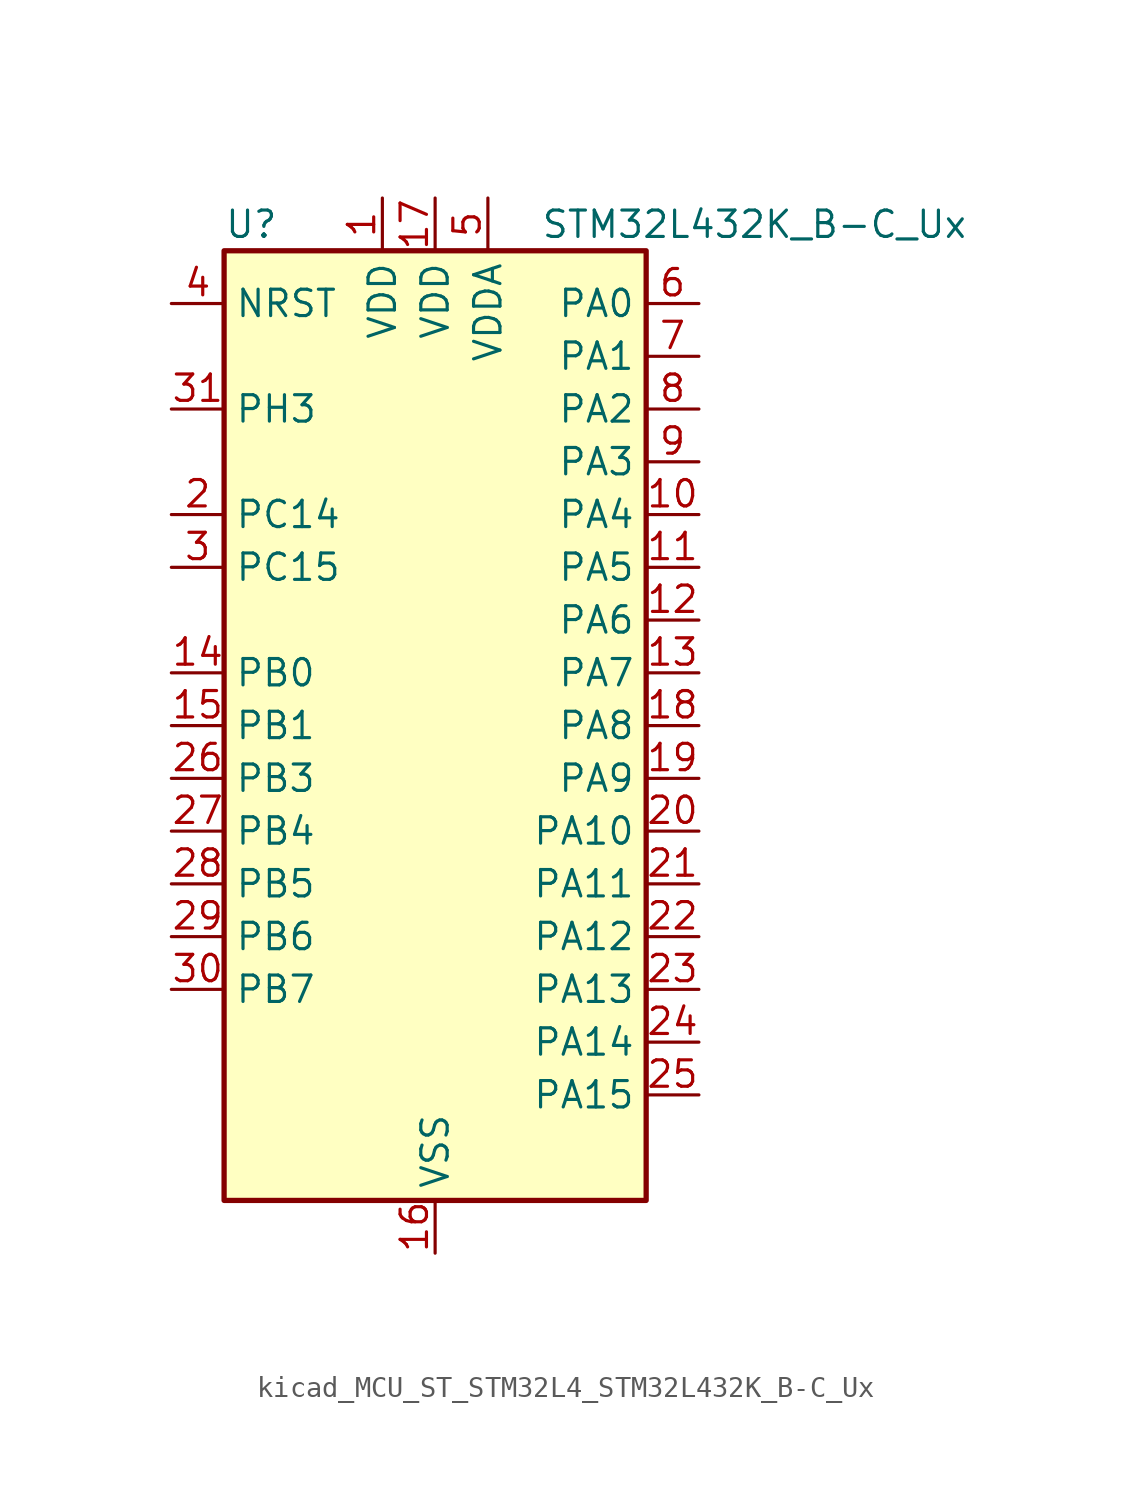
<source format=kicad_sym>
(kicad_symbol_lib
  (version 20220914)
  (generator kicad_symbol_editor)
  (symbol "kicad_MCU_ST_STM32L4_STM32L432K_B-C_Ux"
    (property "Reference" "U"
      (at -10.16 24.13 0)
      (effects (font (size 1.27 1.27)) (justify left)))
    (property "Value" "STM32L432K_B-C_Ux"
      (at 5.08 24.13 0)
      (effects (font (size 1.27 1.27)) (justify left)))
    (property "ki_locked" ""
      (at 0 0 0)
      (effects (font (size 1.27 1.27))))
    (symbol "kicad_MCU_ST_STM32L4_STM32L432K_B-C_Ux_0_1"
      (rectangle (start -10.16 -22.86) (end 10.16 22.86) (stroke (width 0.254) (type default)) (fill (type background))))
    (symbol "kicad_MCU_ST_STM32L4_STM32L432K_B-C_Ux_1_1"
      (pin power_in line (at -2.54 25.4 270) (length 2.54) (name "VDD" (effects (font (size 1.27 1.27)))) (number "1" (effects (font (size 1.27 1.27)))))
      (pin bidirectional line (at 12.7 10.16 180) (length 2.54) (name "PA4" (effects (font (size 1.27 1.27)))) (number "10" (effects (font (size 1.27 1.27)))) (alternate "ADC1_IN9" bidirectional line) (alternate "COMP1_INM" bidirectional line) (alternate "COMP2_INM" bidirectional line) (alternate "DAC1_OUT1" bidirectional line) (alternate "LPTIM2_OUT" bidirectional line) (alternate "SAI1_FS_B" bidirectional line) (alternate "SPI1_NSS" bidirectional line) (alternate "SPI3_NSS" bidirectional line) (alternate "USART2_CK" bidirectional line))
      (pin bidirectional line (at 12.7 7.62 180) (length 2.54) (name "PA5" (effects (font (size 1.27 1.27)))) (number "11" (effects (font (size 1.27 1.27)))) (alternate "ADC1_IN10" bidirectional line) (alternate "COMP1_INM" bidirectional line) (alternate "COMP2_INM" bidirectional line) (alternate "DAC1_OUT2" bidirectional line) (alternate "LPTIM2_ETR" bidirectional line) (alternate "SPI1_SCK" bidirectional line) (alternate "TIM2_CH1" bidirectional line) (alternate "TIM2_ETR" bidirectional line))
      (pin bidirectional line (at 12.7 5.08 180) (length 2.54) (name "PA6" (effects (font (size 1.27 1.27)))) (number "12" (effects (font (size 1.27 1.27)))) (alternate "ADC1_IN11" bidirectional line) (alternate "COMP1_OUT" bidirectional line) (alternate "LPUART1_CTS" bidirectional line) (alternate "QUADSPI_BK1_IO3" bidirectional line) (alternate "SPI1_MISO" bidirectional line) (alternate "TIM16_CH1" bidirectional line) (alternate "TIM1_BKIN" bidirectional line) (alternate "TIM1_BKIN_COMP2" bidirectional line))
      (pin bidirectional line (at 12.7 2.54 180) (length 2.54) (name "PA7" (effects (font (size 1.27 1.27)))) (number "13" (effects (font (size 1.27 1.27)))) (alternate "ADC1_IN12" bidirectional line) (alternate "COMP2_OUT" bidirectional line) (alternate "I2C3_SCL" bidirectional line) (alternate "QUADSPI_BK1_IO2" bidirectional line) (alternate "SPI1_MOSI" bidirectional line) (alternate "TIM1_CH1N" bidirectional line))
      (pin bidirectional line (at -12.7 2.54 0) (length 2.54) (name "PB0" (effects (font (size 1.27 1.27)))) (number "14" (effects (font (size 1.27 1.27)))) (alternate "ADC1_IN15" bidirectional line) (alternate "COMP1_OUT" bidirectional line) (alternate "QUADSPI_BK1_IO1" bidirectional line) (alternate "SAI1_EXTCLK" bidirectional line) (alternate "SPI1_NSS" bidirectional line) (alternate "TIM1_CH2N" bidirectional line))
      (pin bidirectional line (at -12.7 0 0) (length 2.54) (name "PB1" (effects (font (size 1.27 1.27)))) (number "15" (effects (font (size 1.27 1.27)))) (alternate "ADC1_IN16" bidirectional line) (alternate "COMP1_INM" bidirectional line) (alternate "LPTIM2_IN1" bidirectional line) (alternate "LPUART1_DE" bidirectional line) (alternate "LPUART1_RTS" bidirectional line) (alternate "QUADSPI_BK1_IO0" bidirectional line) (alternate "TIM1_CH3N" bidirectional line))
      (pin power_in line (at 0 -25.4 90) (length 2.54) (name "VSS" (effects (font (size 1.27 1.27)))) (number "16" (effects (font (size 1.27 1.27)))))
      (pin power_in line (at 0 25.4 270) (length 2.54) (name "VDD" (effects (font (size 1.27 1.27)))) (number "17" (effects (font (size 1.27 1.27)))))
      (pin bidirectional line (at 12.7 0 180) (length 2.54) (name "PA8" (effects (font (size 1.27 1.27)))) (number "18" (effects (font (size 1.27 1.27)))) (alternate "LPTIM2_OUT" bidirectional line) (alternate "RCC_MCO" bidirectional line) (alternate "SAI1_SCK_A" bidirectional line) (alternate "SWPMI1_IO" bidirectional line) (alternate "TIM1_CH1" bidirectional line) (alternate "USART1_CK" bidirectional line))
      (pin bidirectional line (at 12.7 -2.54 180) (length 2.54) (name "PA9" (effects (font (size 1.27 1.27)))) (number "19" (effects (font (size 1.27 1.27)))) (alternate "DAC1_EXTI9" bidirectional line) (alternate "I2C1_SCL" bidirectional line) (alternate "SAI1_FS_A" bidirectional line) (alternate "TIM15_BKIN" bidirectional line) (alternate "TIM1_CH2" bidirectional line) (alternate "USART1_TX" bidirectional line))
      (pin bidirectional line (at -12.7 10.16 0) (length 2.54) (name "PC14" (effects (font (size 1.27 1.27)))) (number "2" (effects (font (size 1.27 1.27)))) (alternate "RCC_OSC32_IN" bidirectional line))
      (pin bidirectional line (at 12.7 -5.08 180) (length 2.54) (name "PA10" (effects (font (size 1.27 1.27)))) (number "20" (effects (font (size 1.27 1.27)))) (alternate "CRS_SYNC" bidirectional line) (alternate "I2C1_SDA" bidirectional line) (alternate "SAI1_SD_A" bidirectional line) (alternate "TIM1_CH3" bidirectional line) (alternate "USART1_RX" bidirectional line))
      (pin bidirectional line (at 12.7 -7.62 180) (length 2.54) (name "PA11" (effects (font (size 1.27 1.27)))) (number "21" (effects (font (size 1.27 1.27)))) (alternate "ADC1_EXTI11" bidirectional line) (alternate "CAN1_RX" bidirectional line) (alternate "COMP1_OUT" bidirectional line) (alternate "SPI1_MISO" bidirectional line) (alternate "TIM1_BKIN2" bidirectional line) (alternate "TIM1_BKIN2_COMP1" bidirectional line) (alternate "TIM1_CH4" bidirectional line) (alternate "USART1_CTS" bidirectional line) (alternate "USB_DM" bidirectional line))
      (pin bidirectional line (at 12.7 -10.16 180) (length 2.54) (name "PA12" (effects (font (size 1.27 1.27)))) (number "22" (effects (font (size 1.27 1.27)))) (alternate "CAN1_TX" bidirectional line) (alternate "SPI1_MOSI" bidirectional line) (alternate "TIM1_ETR" bidirectional line) (alternate "USART1_DE" bidirectional line) (alternate "USART1_RTS" bidirectional line) (alternate "USB_DP" bidirectional line))
      (pin bidirectional line (at 12.7 -12.7 180) (length 2.54) (name "PA13" (effects (font (size 1.27 1.27)))) (number "23" (effects (font (size 1.27 1.27)))) (alternate "IR_OUT" bidirectional line) (alternate "SAI1_SD_B" bidirectional line) (alternate "SWPMI1_TX" bidirectional line) (alternate "SYS_JTMS-SWDIO" bidirectional line) (alternate "USB_NOE" bidirectional line))
      (pin bidirectional line (at 12.7 -15.24 180) (length 2.54) (name "PA14" (effects (font (size 1.27 1.27)))) (number "24" (effects (font (size 1.27 1.27)))) (alternate "I2C1_SMBA" bidirectional line) (alternate "LPTIM1_OUT" bidirectional line) (alternate "SAI1_FS_B" bidirectional line) (alternate "SWPMI1_RX" bidirectional line) (alternate "SYS_JTCK-SWCLK" bidirectional line))
      (pin bidirectional line (at 12.7 -17.78 180) (length 2.54) (name "PA15" (effects (font (size 1.27 1.27)))) (number "25" (effects (font (size 1.27 1.27)))) (alternate "ADC1_EXTI15" bidirectional line) (alternate "SPI1_NSS" bidirectional line) (alternate "SPI3_NSS" bidirectional line) (alternate "SWPMI1_SUSPEND" bidirectional line) (alternate "SYS_JTDI" bidirectional line) (alternate "TIM2_CH1" bidirectional line) (alternate "TIM2_ETR" bidirectional line) (alternate "USART2_RX" bidirectional line))
      (pin bidirectional line (at -12.7 -2.54 0) (length 2.54) (name "PB3" (effects (font (size 1.27 1.27)))) (number "26" (effects (font (size 1.27 1.27)))) (alternate "COMP2_INM" bidirectional line) (alternate "SAI1_SCK_B" bidirectional line) (alternate "SPI1_SCK" bidirectional line) (alternate "SPI3_SCK" bidirectional line) (alternate "SYS_JTDO-SWO" bidirectional line) (alternate "TIM2_CH2" bidirectional line) (alternate "USART1_DE" bidirectional line) (alternate "USART1_RTS" bidirectional line))
      (pin bidirectional line (at -12.7 -5.08 0) (length 2.54) (name "PB4" (effects (font (size 1.27 1.27)))) (number "27" (effects (font (size 1.27 1.27)))) (alternate "COMP2_INP" bidirectional line) (alternate "I2C3_SDA" bidirectional line) (alternate "SAI1_MCLK_B" bidirectional line) (alternate "SPI1_MISO" bidirectional line) (alternate "SPI3_MISO" bidirectional line) (alternate "SYS_JTRST" bidirectional line) (alternate "TSC_G2_IO1" bidirectional line) (alternate "USART1_CTS" bidirectional line))
      (pin bidirectional line (at -12.7 -7.62 0) (length 2.54) (name "PB5" (effects (font (size 1.27 1.27)))) (number "28" (effects (font (size 1.27 1.27)))) (alternate "COMP2_OUT" bidirectional line) (alternate "I2C1_SMBA" bidirectional line) (alternate "LPTIM1_IN1" bidirectional line) (alternate "SAI1_SD_B" bidirectional line) (alternate "SPI1_MOSI" bidirectional line) (alternate "SPI3_MOSI" bidirectional line) (alternate "TIM16_BKIN" bidirectional line) (alternate "TSC_G2_IO2" bidirectional line) (alternate "USART1_CK" bidirectional line))
      (pin bidirectional line (at -12.7 -10.16 0) (length 2.54) (name "PB6" (effects (font (size 1.27 1.27)))) (number "29" (effects (font (size 1.27 1.27)))) (alternate "COMP2_INP" bidirectional line) (alternate "I2C1_SCL" bidirectional line) (alternate "LPTIM1_ETR" bidirectional line) (alternate "SAI1_FS_B" bidirectional line) (alternate "TIM16_CH1N" bidirectional line) (alternate "TSC_G2_IO3" bidirectional line) (alternate "USART1_TX" bidirectional line))
      (pin bidirectional line (at -12.7 7.62 0) (length 2.54) (name "PC15" (effects (font (size 1.27 1.27)))) (number "3" (effects (font (size 1.27 1.27)))) (alternate "ADC1_EXTI15" bidirectional line) (alternate "RCC_OSC32_OUT" bidirectional line))
      (pin bidirectional line (at -12.7 -12.7 0) (length 2.54) (name "PB7" (effects (font (size 1.27 1.27)))) (number "30" (effects (font (size 1.27 1.27)))) (alternate "COMP2_INM" bidirectional line) (alternate "I2C1_SDA" bidirectional line) (alternate "LPTIM1_IN2" bidirectional line) (alternate "SYS_PVD_IN" bidirectional line) (alternate "TSC_G2_IO4" bidirectional line) (alternate "USART1_RX" bidirectional line))
      (pin bidirectional line (at -12.7 15.24 0) (length 2.54) (name "PH3" (effects (font (size 1.27 1.27)))) (number "31" (effects (font (size 1.27 1.27)))))
      (pin passive line (at 0 -25.4 90) (length 2.54) hide (name "VSS" (effects (font (size 1.27 1.27)))) (number "32" (effects (font (size 1.27 1.27)))))
      (pin passive line (at 0 -25.4 90) (length 2.54) hide (name "VSS" (effects (font (size 1.27 1.27)))) (number "33" (effects (font (size 1.27 1.27)))))
      (pin input line (at -12.7 20.32 0) (length 2.54) (name "NRST" (effects (font (size 1.27 1.27)))) (number "4" (effects (font (size 1.27 1.27)))))
      (pin power_in line (at 2.54 25.4 270) (length 2.54) (name "VDDA" (effects (font (size 1.27 1.27)))) (number "5" (effects (font (size 1.27 1.27)))))
      (pin bidirectional line (at 12.7 20.32 180) (length 2.54) (name "PA0" (effects (font (size 1.27 1.27)))) (number "6" (effects (font (size 1.27 1.27)))) (alternate "ADC1_IN5" bidirectional line) (alternate "COMP1_INM" bidirectional line) (alternate "COMP1_OUT" bidirectional line) (alternate "OPAMP1_VINP" bidirectional line) (alternate "RCC_CK_IN" bidirectional line) (alternate "RTC_TAMP2" bidirectional line) (alternate "SAI1_EXTCLK" bidirectional line) (alternate "SYS_WKUP1" bidirectional line) (alternate "TIM2_CH1" bidirectional line) (alternate "TIM2_ETR" bidirectional line) (alternate "USART2_CTS" bidirectional line))
      (pin bidirectional line (at 12.7 17.78 180) (length 2.54) (name "PA1" (effects (font (size 1.27 1.27)))) (number "7" (effects (font (size 1.27 1.27)))) (alternate "ADC1_IN6" bidirectional line) (alternate "COMP1_INP" bidirectional line) (alternate "I2C1_SMBA" bidirectional line) (alternate "OPAMP1_VINM" bidirectional line) (alternate "SPI1_SCK" bidirectional line) (alternate "TIM15_CH1N" bidirectional line) (alternate "TIM2_CH2" bidirectional line) (alternate "USART2_DE" bidirectional line) (alternate "USART2_RTS" bidirectional line))
      (pin bidirectional line (at 12.7 15.24 180) (length 2.54) (name "PA2" (effects (font (size 1.27 1.27)))) (number "8" (effects (font (size 1.27 1.27)))) (alternate "ADC1_IN7" bidirectional line) (alternate "COMP2_INM" bidirectional line) (alternate "COMP2_OUT" bidirectional line) (alternate "LPUART1_TX" bidirectional line) (alternate "QUADSPI_BK1_NCS" bidirectional line) (alternate "RCC_LSCO" bidirectional line) (alternate "SYS_WKUP4" bidirectional line) (alternate "TIM15_CH1" bidirectional line) (alternate "TIM2_CH3" bidirectional line) (alternate "USART2_TX" bidirectional line))
      (pin bidirectional line (at 12.7 12.7 180) (length 2.54) (name "PA3" (effects (font (size 1.27 1.27)))) (number "9" (effects (font (size 1.27 1.27)))) (alternate "ADC1_IN8" bidirectional line) (alternate "COMP2_INP" bidirectional line) (alternate "LPUART1_RX" bidirectional line) (alternate "OPAMP1_VOUT" bidirectional line) (alternate "QUADSPI_CLK" bidirectional line) (alternate "SAI1_MCLK_A" bidirectional line) (alternate "TIM15_CH2" bidirectional line) (alternate "TIM2_CH4" bidirectional line) (alternate "USART2_RX" bidirectional line)))))
</source>
